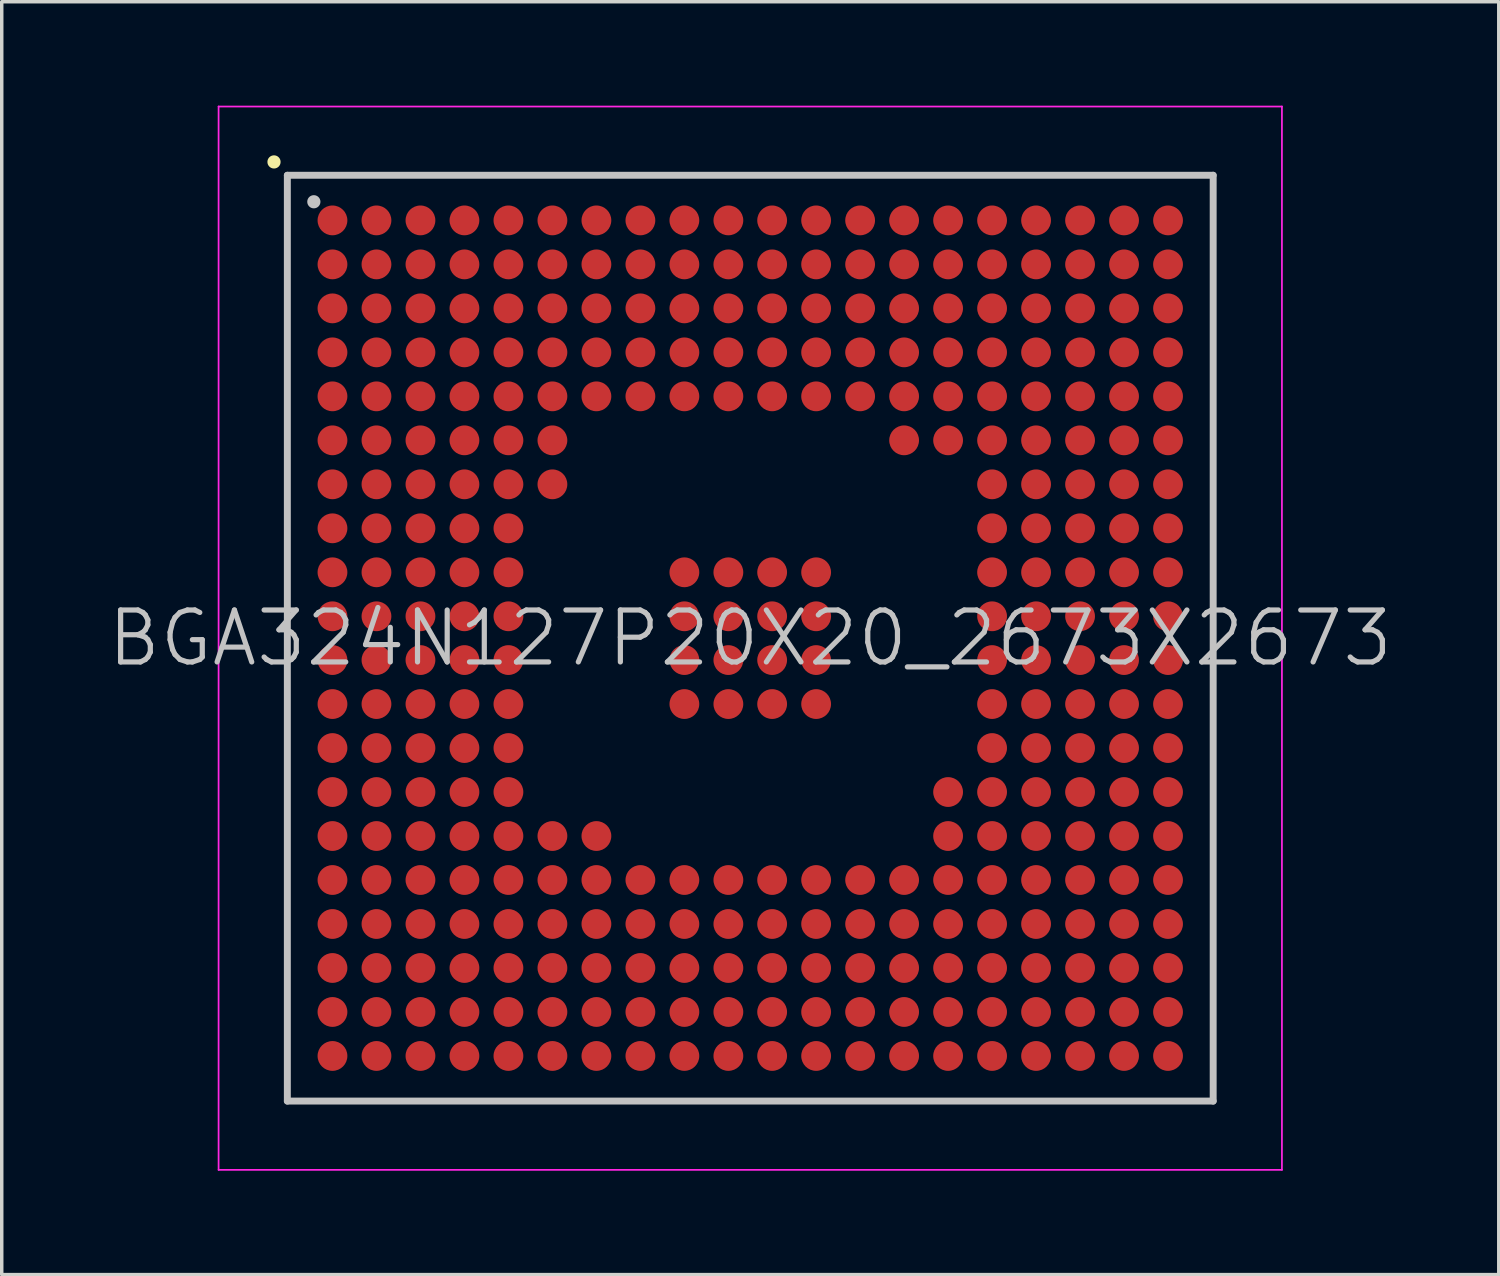
<source format=kicad_pcb>
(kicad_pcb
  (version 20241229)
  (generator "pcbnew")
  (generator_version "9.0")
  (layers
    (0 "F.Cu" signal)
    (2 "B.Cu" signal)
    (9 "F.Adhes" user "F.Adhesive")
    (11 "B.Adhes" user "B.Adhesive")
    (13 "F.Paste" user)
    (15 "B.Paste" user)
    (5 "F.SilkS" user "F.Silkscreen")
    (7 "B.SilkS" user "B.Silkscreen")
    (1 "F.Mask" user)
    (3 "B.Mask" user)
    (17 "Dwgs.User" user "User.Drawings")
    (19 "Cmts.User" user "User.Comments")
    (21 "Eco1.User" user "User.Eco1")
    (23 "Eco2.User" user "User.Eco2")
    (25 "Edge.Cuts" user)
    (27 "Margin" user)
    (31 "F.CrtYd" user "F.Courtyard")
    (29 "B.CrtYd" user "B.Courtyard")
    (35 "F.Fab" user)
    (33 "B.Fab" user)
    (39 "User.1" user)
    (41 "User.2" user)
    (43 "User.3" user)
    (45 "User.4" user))
  (footprint "BGA324N127P20X20_2673X2673"
    (layer "F.Cu")
    (at 18.611 15.375)
    (property "Reference" "BGA324N127P20X20_2673X2673" (at 0 0 0) (layer "Dwgs.User") (effects (font (size 1.5 1.5) (thickness 0.15))))
    (attr smd)
    (fp_line (start -13.75 -13.75) (end -13.75 -13.75) (stroke (width 0.381) (type solid)) (layer "F.SilkS"))
    (fp_line (start -13.365 -13.365) (end -13.365 13.365) (stroke (width 0.2) (type solid)) (layer "Dwgs.User"))
    (fp_line (start -13.365 -13.365) (end 13.365 -13.365) (stroke (width 0.2) (type solid)) (layer "Dwgs.User"))
    (fp_line (start -13.365 13.365) (end 13.365 13.365) (stroke (width 0.2) (type solid)) (layer "Dwgs.User"))
    (fp_line (start -12.6 -12.6) (end -12.6 -12.6) (stroke (width 0.381) (type solid)) (layer "Dwgs.User"))
    (fp_line (start 13.365 -13.365) (end 13.365 13.365) (stroke (width 0.2) (type solid)) (layer "Dwgs.User"))
    (fp_line (start -15.35 -15.35) (end -15.35 15.35) (stroke (width 0.05) (type solid)) (layer "F.CrtYd"))
    (fp_line (start -15.35 -15.35) (end 15.35 -15.35) (stroke (width 0.05) (type solid)) (layer "F.CrtYd"))
    (fp_line (start -15.35 15.35) (end 15.35 15.35) (stroke (width 0.05) (type solid)) (layer "F.CrtYd"))
    (fp_line (start 15.35 -15.35) (end 15.35 15.35) (stroke (width 0.05) (type solid)) (layer "F.CrtYd"))
    (pad "A1" smd circle (at -12.062 -12.062 270) (size 0.86 0.86) (layers "F.Cu" "F.Mask" "F.Paste"))
    (pad "A2" smd circle (at -10.792 -12.062 270) (size 0.86 0.86) (layers "F.Cu" "F.Mask" "F.Paste"))
    (pad "A3" smd circle (at -9.522 -12.062 270) (size 0.86 0.86) (layers "F.Cu" "F.Mask" "F.Paste"))
    (pad "A4" smd circle (at -8.252 -12.062 270) (size 0.86 0.86) (layers "F.Cu" "F.Mask" "F.Paste"))
    (pad "A5" smd circle (at -6.982 -12.062 270) (size 0.86 0.86) (layers "F.Cu" "F.Mask" "F.Paste"))
    (pad "A6" smd circle (at -5.712 -12.062 270) (size 0.86 0.86) (layers "F.Cu" "F.Mask" "F.Paste"))
    (pad "A7" smd circle (at -4.442 -12.062 270) (size 0.86 0.86) (layers "F.Cu" "F.Mask" "F.Paste"))
    (pad "A8" smd circle (at -3.172 -12.062 270) (size 0.86 0.86) (layers "F.Cu" "F.Mask" "F.Paste"))
    (pad "A9" smd circle (at -1.902 -12.062 270) (size 0.86 0.86) (layers "F.Cu" "F.Mask" "F.Paste"))
    (pad "A10" smd circle (at -0.632 -12.062 270) (size 0.86 0.86) (layers "F.Cu" "F.Mask" "F.Paste"))
    (pad "A11" smd circle (at 0.632 -12.062 270) (size 0.86 0.86) (layers "F.Cu" "F.Mask" "F.Paste"))
    (pad "A12" smd circle (at 1.902 -12.062 270) (size 0.86 0.86) (layers "F.Cu" "F.Mask" "F.Paste"))
    (pad "A13" smd circle (at 3.172 -12.062 270) (size 0.86 0.86) (layers "F.Cu" "F.Mask" "F.Paste"))
    (pad "A14" smd circle (at 4.442 -12.062 270) (size 0.86 0.86) (layers "F.Cu" "F.Mask" "F.Paste"))
    (pad "A15" smd circle (at 5.712 -12.062 270) (size 0.86 0.86) (layers "F.Cu" "F.Mask" "F.Paste"))
    (pad "A16" smd circle (at 6.982 -12.062 270) (size 0.86 0.86) (layers "F.Cu" "F.Mask" "F.Paste"))
    (pad "A17" smd circle (at 8.252 -12.062 270) (size 0.86 0.86) (layers "F.Cu" "F.Mask" "F.Paste"))
    (pad "A18" smd circle (at 9.522 -12.062 270) (size 0.86 0.86) (layers "F.Cu" "F.Mask" "F.Paste"))
    (pad "A19" smd circle (at 10.792 -12.062 270) (size 0.86 0.86) (layers "F.Cu" "F.Mask" "F.Paste"))
    (pad "A20" smd circle (at 12.062 -12.062 270) (size 0.86 0.86) (layers "F.Cu" "F.Mask" "F.Paste"))
    (pad "B1" smd circle (at -12.062 -10.792 270) (size 0.86 0.86) (layers "F.Cu" "F.Mask" "F.Paste"))
    (pad "B2" smd circle (at -10.792 -10.792 270) (size 0.86 0.86) (layers "F.Cu" "F.Mask" "F.Paste"))
    (pad "B3" smd circle (at -9.522 -10.792 270) (size 0.86 0.86) (layers "F.Cu" "F.Mask" "F.Paste"))
    (pad "B4" smd circle (at -8.252 -10.792 270) (size 0.86 0.86) (layers "F.Cu" "F.Mask" "F.Paste"))
    (pad "B5" smd circle (at -6.982 -10.792 270) (size 0.86 0.86) (layers "F.Cu" "F.Mask" "F.Paste"))
    (pad "B6" smd circle (at -5.712 -10.792 270) (size 0.86 0.86) (layers "F.Cu" "F.Mask" "F.Paste"))
    (pad "B7" smd circle (at -4.442 -10.792 270) (size 0.86 0.86) (layers "F.Cu" "F.Mask" "F.Paste"))
    (pad "B8" smd circle (at -3.172 -10.792 270) (size 0.86 0.86) (layers "F.Cu" "F.Mask" "F.Paste"))
    (pad "B9" smd circle (at -1.902 -10.792 270) (size 0.86 0.86) (layers "F.Cu" "F.Mask" "F.Paste"))
    (pad "B10" smd circle (at -0.632 -10.792 270) (size 0.86 0.86) (layers "F.Cu" "F.Mask" "F.Paste"))
    (pad "B11" smd circle (at 0.632 -10.792 270) (size 0.86 0.86) (layers "F.Cu" "F.Mask" "F.Paste"))
    (pad "B12" smd circle (at 1.902 -10.792 270) (size 0.86 0.86) (layers "F.Cu" "F.Mask" "F.Paste"))
    (pad "B13" smd circle (at 3.172 -10.792 270) (size 0.86 0.86) (layers "F.Cu" "F.Mask" "F.Paste"))
    (pad "B14" smd circle (at 4.442 -10.792 270) (size 0.86 0.86) (layers "F.Cu" "F.Mask" "F.Paste"))
    (pad "B15" smd circle (at 5.712 -10.792 270) (size 0.86 0.86) (layers "F.Cu" "F.Mask" "F.Paste"))
    (pad "B16" smd circle (at 6.982 -10.792 270) (size 0.86 0.86) (layers "F.Cu" "F.Mask" "F.Paste"))
    (pad "B17" smd circle (at 8.252 -10.792 270) (size 0.86 0.86) (layers "F.Cu" "F.Mask" "F.Paste"))
    (pad "B18" smd circle (at 9.522 -10.792 270) (size 0.86 0.86) (layers "F.Cu" "F.Mask" "F.Paste"))
    (pad "B19" smd circle (at 10.792 -10.792 270) (size 0.86 0.86) (layers "F.Cu" "F.Mask" "F.Paste"))
    (pad "B20" smd circle (at 12.062 -10.792 270) (size 0.86 0.86) (layers "F.Cu" "F.Mask" "F.Paste"))
    (pad "C1" smd circle (at -12.062 -9.522 270) (size 0.86 0.86) (layers "F.Cu" "F.Mask" "F.Paste"))
    (pad "C2" smd circle (at -10.792 -9.522 270) (size 0.86 0.86) (layers "F.Cu" "F.Mask" "F.Paste"))
    (pad "C3" smd circle (at -9.522 -9.522 270) (size 0.86 0.86) (layers "F.Cu" "F.Mask" "F.Paste"))
    (pad "C4" smd circle (at -8.252 -9.522 270) (size 0.86 0.86) (layers "F.Cu" "F.Mask" "F.Paste"))
    (pad "C5" smd circle (at -6.982 -9.522 270) (size 0.86 0.86) (layers "F.Cu" "F.Mask" "F.Paste"))
    (pad "C6" smd circle (at -5.712 -9.522 270) (size 0.86 0.86) (layers "F.Cu" "F.Mask" "F.Paste"))
    (pad "C7" smd circle (at -4.442 -9.522 270) (size 0.86 0.86) (layers "F.Cu" "F.Mask" "F.Paste"))
    (pad "C8" smd circle (at -3.172 -9.522 270) (size 0.86 0.86) (layers "F.Cu" "F.Mask" "F.Paste"))
    (pad "C9" smd circle (at -1.902 -9.522 270) (size 0.86 0.86) (layers "F.Cu" "F.Mask" "F.Paste"))
    (pad "C10" smd circle (at -0.632 -9.522 270) (size 0.86 0.86) (layers "F.Cu" "F.Mask" "F.Paste"))
    (pad "C11" smd circle (at 0.632 -9.522 270) (size 0.86 0.86) (layers "F.Cu" "F.Mask" "F.Paste"))
    (pad "C12" smd circle (at 1.902 -9.522 270) (size 0.86 0.86) (layers "F.Cu" "F.Mask" "F.Paste"))
    (pad "C13" smd circle (at 3.172 -9.522 270) (size 0.86 0.86) (layers "F.Cu" "F.Mask" "F.Paste"))
    (pad "C14" smd circle (at 4.442 -9.522 270) (size 0.86 0.86) (layers "F.Cu" "F.Mask" "F.Paste"))
    (pad "C15" smd circle (at 5.712 -9.522 270) (size 0.86 0.86) (layers "F.Cu" "F.Mask" "F.Paste"))
    (pad "C16" smd circle (at 6.982 -9.522 270) (size 0.86 0.86) (layers "F.Cu" "F.Mask" "F.Paste"))
    (pad "C17" smd circle (at 8.252 -9.522 270) (size 0.86 0.86) (layers "F.Cu" "F.Mask" "F.Paste"))
    (pad "C18" smd circle (at 9.522 -9.522 270) (size 0.86 0.86) (layers "F.Cu" "F.Mask" "F.Paste"))
    (pad "C19" smd circle (at 10.792 -9.522 270) (size 0.86 0.86) (layers "F.Cu" "F.Mask" "F.Paste"))
    (pad "C20" smd circle (at 12.062 -9.522 270) (size 0.86 0.86) (layers "F.Cu" "F.Mask" "F.Paste"))
    (pad "D1" smd circle (at -12.062 -8.252 270) (size 0.86 0.86) (layers "F.Cu" "F.Mask" "F.Paste"))
    (pad "D2" smd circle (at -10.792 -8.252 270) (size 0.86 0.86) (layers "F.Cu" "F.Mask" "F.Paste"))
    (pad "D3" smd circle (at -9.522 -8.252 270) (size 0.86 0.86) (layers "F.Cu" "F.Mask" "F.Paste"))
    (pad "D4" smd circle (at -8.252 -8.252 270) (size 0.86 0.86) (layers "F.Cu" "F.Mask" "F.Paste"))
    (pad "D5" smd circle (at -6.982 -8.252 270) (size 0.86 0.86) (layers "F.Cu" "F.Mask" "F.Paste"))
    (pad "D6" smd circle (at -5.712 -8.252 270) (size 0.86 0.86) (layers "F.Cu" "F.Mask" "F.Paste"))
    (pad "D7" smd circle (at -4.442 -8.252 270) (size 0.86 0.86) (layers "F.Cu" "F.Mask" "F.Paste"))
    (pad "D8" smd circle (at -3.172 -8.252 270) (size 0.86 0.86) (layers "F.Cu" "F.Mask" "F.Paste"))
    (pad "D9" smd circle (at -1.902 -8.252 270) (size 0.86 0.86) (layers "F.Cu" "F.Mask" "F.Paste"))
    (pad "D10" smd circle (at -0.632 -8.252 270) (size 0.86 0.86) (layers "F.Cu" "F.Mask" "F.Paste"))
    (pad "D11" smd circle (at 0.632 -8.252 270) (size 0.86 0.86) (layers "F.Cu" "F.Mask" "F.Paste"))
    (pad "D12" smd circle (at 1.902 -8.252 270) (size 0.86 0.86) (layers "F.Cu" "F.Mask" "F.Paste"))
    (pad "D13" smd circle (at 3.172 -8.252 270) (size 0.86 0.86) (layers "F.Cu" "F.Mask" "F.Paste"))
    (pad "D14" smd circle (at 4.442 -8.252 270) (size 0.86 0.86) (layers "F.Cu" "F.Mask" "F.Paste"))
    (pad "D15" smd circle (at 5.712 -8.252 270) (size 0.86 0.86) (layers "F.Cu" "F.Mask" "F.Paste"))
    (pad "D16" smd circle (at 6.982 -8.252 270) (size 0.86 0.86) (layers "F.Cu" "F.Mask" "F.Paste"))
    (pad "D17" smd circle (at 8.252 -8.252 270) (size 0.86 0.86) (layers "F.Cu" "F.Mask" "F.Paste"))
    (pad "D18" smd circle (at 9.522 -8.252 270) (size 0.86 0.86) (layers "F.Cu" "F.Mask" "F.Paste"))
    (pad "D19" smd circle (at 10.792 -8.252 270) (size 0.86 0.86) (layers "F.Cu" "F.Mask" "F.Paste"))
    (pad "D20" smd circle (at 12.062 -8.252 270) (size 0.86 0.86) (layers "F.Cu" "F.Mask" "F.Paste"))
    (pad "E1" smd circle (at -12.062 -6.982 270) (size 0.86 0.86) (layers "F.Cu" "F.Mask" "F.Paste"))
    (pad "E2" smd circle (at -10.792 -6.982 270) (size 0.86 0.86) (layers "F.Cu" "F.Mask" "F.Paste"))
    (pad "E3" smd circle (at -9.522 -6.982 270) (size 0.86 0.86) (layers "F.Cu" "F.Mask" "F.Paste"))
    (pad "E4" smd circle (at -8.252 -6.982 270) (size 0.86 0.86) (layers "F.Cu" "F.Mask" "F.Paste"))
    (pad "E5" smd circle (at -6.982 -6.982 270) (size 0.86 0.86) (layers "F.Cu" "F.Mask" "F.Paste"))
    (pad "E6" smd circle (at -5.712 -6.982 270) (size 0.86 0.86) (layers "F.Cu" "F.Mask" "F.Paste"))
    (pad "E7" smd circle (at -4.442 -6.982 270) (size 0.86 0.86) (layers "F.Cu" "F.Mask" "F.Paste"))
    (pad "E8" smd circle (at -3.172 -6.982 270) (size 0.86 0.86) (layers "F.Cu" "F.Mask" "F.Paste"))
    (pad "E9" smd circle (at -1.902 -6.982 270) (size 0.86 0.86) (layers "F.Cu" "F.Mask" "F.Paste"))
    (pad "E10" smd circle (at -0.632 -6.982 270) (size 0.86 0.86) (layers "F.Cu" "F.Mask" "F.Paste"))
    (pad "E11" smd circle (at 0.632 -6.982 270) (size 0.86 0.86) (layers "F.Cu" "F.Mask" "F.Paste"))
    (pad "E12" smd circle (at 1.902 -6.982 270) (size 0.86 0.86) (layers "F.Cu" "F.Mask" "F.Paste"))
    (pad "E13" smd circle (at 3.172 -6.982 270) (size 0.86 0.86) (layers "F.Cu" "F.Mask" "F.Paste"))
    (pad "E14" smd circle (at 4.442 -6.982 270) (size 0.86 0.86) (layers "F.Cu" "F.Mask" "F.Paste"))
    (pad "E15" smd circle (at 5.712 -6.982 270) (size 0.86 0.86) (layers "F.Cu" "F.Mask" "F.Paste"))
    (pad "E16" smd circle (at 6.982 -6.982 270) (size 0.86 0.86) (layers "F.Cu" "F.Mask" "F.Paste"))
    (pad "E17" smd circle (at 8.252 -6.982 270) (size 0.86 0.86) (layers "F.Cu" "F.Mask" "F.Paste"))
    (pad "E18" smd circle (at 9.522 -6.982 270) (size 0.86 0.86) (layers "F.Cu" "F.Mask" "F.Paste"))
    (pad "E19" smd circle (at 10.792 -6.982 270) (size 0.86 0.86) (layers "F.Cu" "F.Mask" "F.Paste"))
    (pad "E20" smd circle (at 12.062 -6.982 270) (size 0.86 0.86) (layers "F.Cu" "F.Mask" "F.Paste"))
    (pad "F1" smd circle (at -12.062 -5.712 270) (size 0.86 0.86) (layers "F.Cu" "F.Mask" "F.Paste"))
    (pad "F2" smd circle (at -10.792 -5.712 270) (size 0.86 0.86) (layers "F.Cu" "F.Mask" "F.Paste"))
    (pad "F3" smd circle (at -9.522 -5.712 270) (size 0.86 0.86) (layers "F.Cu" "F.Mask" "F.Paste"))
    (pad "F4" smd circle (at -8.252 -5.712 270) (size 0.86 0.86) (layers "F.Cu" "F.Mask" "F.Paste"))
    (pad "F5" smd circle (at -6.982 -5.712 270) (size 0.86 0.86) (layers "F.Cu" "F.Mask" "F.Paste"))
    (pad "F6" smd circle (at -5.712 -5.712 270) (size 0.86 0.86) (layers "F.Cu" "F.Mask" "F.Paste"))
    (pad "F14" smd circle (at 4.442 -5.712 270) (size 0.86 0.86) (layers "F.Cu" "F.Mask" "F.Paste"))
    (pad "F15" smd circle (at 5.712 -5.712 270) (size 0.86 0.86) (layers "F.Cu" "F.Mask" "F.Paste"))
    (pad "F16" smd circle (at 6.982 -5.712 270) (size 0.86 0.86) (layers "F.Cu" "F.Mask" "F.Paste"))
    (pad "F17" smd circle (at 8.252 -5.712 270) (size 0.86 0.86) (layers "F.Cu" "F.Mask" "F.Paste"))
    (pad "F18" smd circle (at 9.522 -5.712 270) (size 0.86 0.86) (layers "F.Cu" "F.Mask" "F.Paste"))
    (pad "F19" smd circle (at 10.792 -5.712 270) (size 0.86 0.86) (layers "F.Cu" "F.Mask" "F.Paste"))
    (pad "F20" smd circle (at 12.062 -5.712 270) (size 0.86 0.86) (layers "F.Cu" "F.Mask" "F.Paste"))
    (pad "G1" smd circle (at -12.062 -4.442 270) (size 0.86 0.86) (layers "F.Cu" "F.Mask" "F.Paste"))
    (pad "G2" smd circle (at -10.792 -4.442 270) (size 0.86 0.86) (layers "F.Cu" "F.Mask" "F.Paste"))
    (pad "G3" smd circle (at -9.522 -4.442 270) (size 0.86 0.86) (layers "F.Cu" "F.Mask" "F.Paste"))
    (pad "G4" smd circle (at -8.252 -4.442 270) (size 0.86 0.86) (layers "F.Cu" "F.Mask" "F.Paste"))
    (pad "G5" smd circle (at -6.982 -4.442 270) (size 0.86 0.86) (layers "F.Cu" "F.Mask" "F.Paste"))
    (pad "G6" smd circle (at -5.712 -4.442 270) (size 0.86 0.86) (layers "F.Cu" "F.Mask" "F.Paste"))
    (pad "G16" smd circle (at 6.982 -4.442 270) (size 0.86 0.86) (layers "F.Cu" "F.Mask" "F.Paste"))
    (pad "G17" smd circle (at 8.252 -4.442 270) (size 0.86 0.86) (layers "F.Cu" "F.Mask" "F.Paste"))
    (pad "G18" smd circle (at 9.522 -4.442 270) (size 0.86 0.86) (layers "F.Cu" "F.Mask" "F.Paste"))
    (pad "G19" smd circle (at 10.792 -4.442 270) (size 0.86 0.86) (layers "F.Cu" "F.Mask" "F.Paste"))
    (pad "G20" smd circle (at 12.062 -4.442 270) (size 0.86 0.86) (layers "F.Cu" "F.Mask" "F.Paste"))
    (pad "H1" smd circle (at -12.062 -3.172 270) (size 0.86 0.86) (layers "F.Cu" "F.Mask" "F.Paste"))
    (pad "H2" smd circle (at -10.792 -3.172 270) (size 0.86 0.86) (layers "F.Cu" "F.Mask" "F.Paste"))
    (pad "H3" smd circle (at -9.522 -3.172 270) (size 0.86 0.86) (layers "F.Cu" "F.Mask" "F.Paste"))
    (pad "H4" smd circle (at -8.252 -3.172 270) (size 0.86 0.86) (layers "F.Cu" "F.Mask" "F.Paste"))
    (pad "H5" smd circle (at -6.982 -3.172 270) (size 0.86 0.86) (layers "F.Cu" "F.Mask" "F.Paste"))
    (pad "H16" smd circle (at 6.982 -3.172 270) (size 0.86 0.86) (layers "F.Cu" "F.Mask" "F.Paste"))
    (pad "H17" smd circle (at 8.252 -3.172 270) (size 0.86 0.86) (layers "F.Cu" "F.Mask" "F.Paste"))
    (pad "H18" smd circle (at 9.522 -3.172 270) (size 0.86 0.86) (layers "F.Cu" "F.Mask" "F.Paste"))
    (pad "H19" smd circle (at 10.792 -3.172 270) (size 0.86 0.86) (layers "F.Cu" "F.Mask" "F.Paste"))
    (pad "H20" smd circle (at 12.062 -3.172 270) (size 0.86 0.86) (layers "F.Cu" "F.Mask" "F.Paste"))
    (pad "J1" smd circle (at -12.062 -1.902 270) (size 0.86 0.86) (layers "F.Cu" "F.Mask" "F.Paste"))
    (pad "J2" smd circle (at -10.792 -1.902 270) (size 0.86 0.86) (layers "F.Cu" "F.Mask" "F.Paste"))
    (pad "J3" smd circle (at -9.522 -1.902 270) (size 0.86 0.86) (layers "F.Cu" "F.Mask" "F.Paste"))
    (pad "J4" smd circle (at -8.252 -1.902 270) (size 0.86 0.86) (layers "F.Cu" "F.Mask" "F.Paste"))
    (pad "J5" smd circle (at -6.982 -1.902 270) (size 0.86 0.86) (layers "F.Cu" "F.Mask" "F.Paste"))
    (pad "J9" smd circle (at -1.902 -1.902 270) (size 0.86 0.86) (layers "F.Cu" "F.Mask" "F.Paste"))
    (pad "J10" smd circle (at -0.632 -1.902 270) (size 0.86 0.86) (layers "F.Cu" "F.Mask" "F.Paste"))
    (pad "J11" smd circle (at 0.632 -1.902 270) (size 0.86 0.86) (layers "F.Cu" "F.Mask" "F.Paste"))
    (pad "J12" smd circle (at 1.902 -1.902 270) (size 0.86 0.86) (layers "F.Cu" "F.Mask" "F.Paste"))
    (pad "J16" smd circle (at 6.982 -1.902 270) (size 0.86 0.86) (layers "F.Cu" "F.Mask" "F.Paste"))
    (pad "J17" smd circle (at 8.252 -1.902 270) (size 0.86 0.86) (layers "F.Cu" "F.Mask" "F.Paste"))
    (pad "J18" smd circle (at 9.522 -1.902 270) (size 0.86 0.86) (layers "F.Cu" "F.Mask" "F.Paste"))
    (pad "J19" smd circle (at 10.792 -1.902 270) (size 0.86 0.86) (layers "F.Cu" "F.Mask" "F.Paste"))
    (pad "J20" smd circle (at 12.062 -1.902 270) (size 0.86 0.86) (layers "F.Cu" "F.Mask" "F.Paste"))
    (pad "K1" smd circle (at -12.062 -0.632 270) (size 0.86 0.86) (layers "F.Cu" "F.Mask" "F.Paste"))
    (pad "K2" smd circle (at -10.792 -0.632 270) (size 0.86 0.86) (layers "F.Cu" "F.Mask" "F.Paste"))
    (pad "K3" smd circle (at -9.522 -0.632 270) (size 0.86 0.86) (layers "F.Cu" "F.Mask" "F.Paste"))
    (pad "K4" smd circle (at -8.252 -0.632 270) (size 0.86 0.86) (layers "F.Cu" "F.Mask" "F.Paste"))
    (pad "K5" smd circle (at -6.982 -0.632 270) (size 0.86 0.86) (layers "F.Cu" "F.Mask" "F.Paste"))
    (pad "K9" smd circle (at -1.902 -0.632 270) (size 0.86 0.86) (layers "F.Cu" "F.Mask" "F.Paste"))
    (pad "K10" smd circle (at -0.632 -0.632 270) (size 0.86 0.86) (layers "F.Cu" "F.Mask" "F.Paste"))
    (pad "K11" smd circle (at 0.632 -0.632 270) (size 0.86 0.86) (layers "F.Cu" "F.Mask" "F.Paste"))
    (pad "K12" smd circle (at 1.902 -0.632 270) (size 0.86 0.86) (layers "F.Cu" "F.Mask" "F.Paste"))
    (pad "K16" smd circle (at 6.982 -0.632 270) (size 0.86 0.86) (layers "F.Cu" "F.Mask" "F.Paste"))
    (pad "K17" smd circle (at 8.252 -0.632 270) (size 0.86 0.86) (layers "F.Cu" "F.Mask" "F.Paste"))
    (pad "K18" smd circle (at 9.522 -0.632 270) (size 0.86 0.86) (layers "F.Cu" "F.Mask" "F.Paste"))
    (pad "K19" smd circle (at 10.792 -0.632 270) (size 0.86 0.86) (layers "F.Cu" "F.Mask" "F.Paste"))
    (pad "K20" smd circle (at 12.062 -0.632 270) (size 0.86 0.86) (layers "F.Cu" "F.Mask" "F.Paste"))
    (pad "L1" smd circle (at -12.062 0.632 270) (size 0.86 0.86) (layers "F.Cu" "F.Mask" "F.Paste"))
    (pad "L2" smd circle (at -10.792 0.632 270) (size 0.86 0.86) (layers "F.Cu" "F.Mask" "F.Paste"))
    (pad "L3" smd circle (at -9.522 0.632 270) (size 0.86 0.86) (layers "F.Cu" "F.Mask" "F.Paste"))
    (pad "L4" smd circle (at -8.252 0.632 270) (size 0.86 0.86) (layers "F.Cu" "F.Mask" "F.Paste"))
    (pad "L5" smd circle (at -6.982 0.632 270) (size 0.86 0.86) (layers "F.Cu" "F.Mask" "F.Paste"))
    (pad "L9" smd circle (at -1.902 0.632 270) (size 0.86 0.86) (layers "F.Cu" "F.Mask" "F.Paste"))
    (pad "L10" smd circle (at -0.632 0.632 270) (size 0.86 0.86) (layers "F.Cu" "F.Mask" "F.Paste"))
    (pad "L11" smd circle (at 0.632 0.632 270) (size 0.86 0.86) (layers "F.Cu" "F.Mask" "F.Paste"))
    (pad "L12" smd circle (at 1.902 0.632 270) (size 0.86 0.86) (layers "F.Cu" "F.Mask" "F.Paste"))
    (pad "L16" smd circle (at 6.982 0.632 270) (size 0.86 0.86) (layers "F.Cu" "F.Mask" "F.Paste"))
    (pad "L17" smd circle (at 8.252 0.632 270) (size 0.86 0.86) (layers "F.Cu" "F.Mask" "F.Paste"))
    (pad "L18" smd circle (at 9.522 0.632 270) (size 0.86 0.86) (layers "F.Cu" "F.Mask" "F.Paste"))
    (pad "L19" smd circle (at 10.792 0.632 270) (size 0.86 0.86) (layers "F.Cu" "F.Mask" "F.Paste"))
    (pad "L20" smd circle (at 12.062 0.632 270) (size 0.86 0.86) (layers "F.Cu" "F.Mask" "F.Paste"))
    (pad "M1" smd circle (at -12.062 1.902 270) (size 0.86 0.86) (layers "F.Cu" "F.Mask" "F.Paste"))
    (pad "M2" smd circle (at -10.792 1.902 270) (size 0.86 0.86) (layers "F.Cu" "F.Mask" "F.Paste"))
    (pad "M3" smd circle (at -9.522 1.902 270) (size 0.86 0.86) (layers "F.Cu" "F.Mask" "F.Paste"))
    (pad "M4" smd circle (at -8.252 1.902 270) (size 0.86 0.86) (layers "F.Cu" "F.Mask" "F.Paste"))
    (pad "M5" smd circle (at -6.982 1.902 270) (size 0.86 0.86) (layers "F.Cu" "F.Mask" "F.Paste"))
    (pad "M9" smd circle (at -1.902 1.902 270) (size 0.86 0.86) (layers "F.Cu" "F.Mask" "F.Paste"))
    (pad "M10" smd circle (at -0.632 1.902 270) (size 0.86 0.86) (layers "F.Cu" "F.Mask" "F.Paste"))
    (pad "M11" smd circle (at 0.632 1.902 270) (size 0.86 0.86) (layers "F.Cu" "F.Mask" "F.Paste"))
    (pad "M12" smd circle (at 1.902 1.902 270) (size 0.86 0.86) (layers "F.Cu" "F.Mask" "F.Paste"))
    (pad "M16" smd circle (at 6.982 1.902 270) (size 0.86 0.86) (layers "F.Cu" "F.Mask" "F.Paste"))
    (pad "M17" smd circle (at 8.252 1.902 270) (size 0.86 0.86) (layers "F.Cu" "F.Mask" "F.Paste"))
    (pad "M18" smd circle (at 9.522 1.902 270) (size 0.86 0.86) (layers "F.Cu" "F.Mask" "F.Paste"))
    (pad "M19" smd circle (at 10.792 1.902 270) (size 0.86 0.86) (layers "F.Cu" "F.Mask" "F.Paste"))
    (pad "M20" smd circle (at 12.062 1.902 270) (size 0.86 0.86) (layers "F.Cu" "F.Mask" "F.Paste"))
    (pad "N1" smd circle (at -12.062 3.172 270) (size 0.86 0.86) (layers "F.Cu" "F.Mask" "F.Paste"))
    (pad "N2" smd circle (at -10.792 3.172 270) (size 0.86 0.86) (layers "F.Cu" "F.Mask" "F.Paste"))
    (pad "N3" smd circle (at -9.522 3.172 270) (size 0.86 0.86) (layers "F.Cu" "F.Mask" "F.Paste"))
    (pad "N4" smd circle (at -8.252 3.172 270) (size 0.86 0.86) (layers "F.Cu" "F.Mask" "F.Paste"))
    (pad "N5" smd circle (at -6.982 3.172 270) (size 0.86 0.86) (layers "F.Cu" "F.Mask" "F.Paste"))
    (pad "N16" smd circle (at 6.982 3.172 270) (size 0.86 0.86) (layers "F.Cu" "F.Mask" "F.Paste"))
    (pad "N17" smd circle (at 8.252 3.172 270) (size 0.86 0.86) (layers "F.Cu" "F.Mask" "F.Paste"))
    (pad "N18" smd circle (at 9.522 3.172 270) (size 0.86 0.86) (layers "F.Cu" "F.Mask" "F.Paste"))
    (pad "N19" smd circle (at 10.792 3.172 270) (size 0.86 0.86) (layers "F.Cu" "F.Mask" "F.Paste"))
    (pad "N20" smd circle (at 12.062 3.172 270) (size 0.86 0.86) (layers "F.Cu" "F.Mask" "F.Paste"))
    (pad "P1" smd circle (at -12.062 4.442 270) (size 0.86 0.86) (layers "F.Cu" "F.Mask" "F.Paste"))
    (pad "P2" smd circle (at -10.792 4.442 270) (size 0.86 0.86) (layers "F.Cu" "F.Mask" "F.Paste"))
    (pad "P3" smd circle (at -9.522 4.442 270) (size 0.86 0.86) (layers "F.Cu" "F.Mask" "F.Paste"))
    (pad "P4" smd circle (at -8.252 4.442 270) (size 0.86 0.86) (layers "F.Cu" "F.Mask" "F.Paste"))
    (pad "P5" smd circle (at -6.982 4.442 270) (size 0.86 0.86) (layers "F.Cu" "F.Mask" "F.Paste"))
    (pad "P15" smd circle (at 5.712 4.442 270) (size 0.86 0.86) (layers "F.Cu" "F.Mask" "F.Paste"))
    (pad "P16" smd circle (at 6.982 4.442 270) (size 0.86 0.86) (layers "F.Cu" "F.Mask" "F.Paste"))
    (pad "P17" smd circle (at 8.252 4.442 270) (size 0.86 0.86) (layers "F.Cu" "F.Mask" "F.Paste"))
    (pad "P18" smd circle (at 9.522 4.442 270) (size 0.86 0.86) (layers "F.Cu" "F.Mask" "F.Paste"))
    (pad "P19" smd circle (at 10.792 4.442 270) (size 0.86 0.86) (layers "F.Cu" "F.Mask" "F.Paste"))
    (pad "P20" smd circle (at 12.062 4.442 270) (size 0.86 0.86) (layers "F.Cu" "F.Mask" "F.Paste"))
    (pad "R1" smd circle (at -12.062 5.712 270) (size 0.86 0.86) (layers "F.Cu" "F.Mask" "F.Paste"))
    (pad "R2" smd circle (at -10.792 5.712 270) (size 0.86 0.86) (layers "F.Cu" "F.Mask" "F.Paste"))
    (pad "R3" smd circle (at -9.522 5.712 270) (size 0.86 0.86) (layers "F.Cu" "F.Mask" "F.Paste"))
    (pad "R4" smd circle (at -8.252 5.712 270) (size 0.86 0.86) (layers "F.Cu" "F.Mask" "F.Paste"))
    (pad "R5" smd circle (at -6.982 5.712 270) (size 0.86 0.86) (layers "F.Cu" "F.Mask" "F.Paste"))
    (pad "R6" smd circle (at -5.712 5.712 270) (size 0.86 0.86) (layers "F.Cu" "F.Mask" "F.Paste"))
    (pad "R7" smd circle (at -4.442 5.712 270) (size 0.86 0.86) (layers "F.Cu" "F.Mask" "F.Paste"))
    (pad "R15" smd circle (at 5.712 5.712 270) (size 0.86 0.86) (layers "F.Cu" "F.Mask" "F.Paste"))
    (pad "R16" smd circle (at 6.982 5.712 270) (size 0.86 0.86) (layers "F.Cu" "F.Mask" "F.Paste"))
    (pad "R17" smd circle (at 8.252 5.712 270) (size 0.86 0.86) (layers "F.Cu" "F.Mask" "F.Paste"))
    (pad "R18" smd circle (at 9.522 5.712 270) (size 0.86 0.86) (layers "F.Cu" "F.Mask" "F.Paste"))
    (pad "R19" smd circle (at 10.792 5.712 270) (size 0.86 0.86) (layers "F.Cu" "F.Mask" "F.Paste"))
    (pad "R20" smd circle (at 12.062 5.712 270) (size 0.86 0.86) (layers "F.Cu" "F.Mask" "F.Paste"))
    (pad "T1" smd circle (at -12.062 6.982 270) (size 0.86 0.86) (layers "F.Cu" "F.Mask" "F.Paste"))
    (pad "T2" smd circle (at -10.792 6.982 270) (size 0.86 0.86) (layers "F.Cu" "F.Mask" "F.Paste"))
    (pad "T3" smd circle (at -9.522 6.982 270) (size 0.86 0.86) (layers "F.Cu" "F.Mask" "F.Paste"))
    (pad "T4" smd circle (at -8.252 6.982 270) (size 0.86 0.86) (layers "F.Cu" "F.Mask" "F.Paste"))
    (pad "T5" smd circle (at -6.982 6.982 270) (size 0.86 0.86) (layers "F.Cu" "F.Mask" "F.Paste"))
    (pad "T6" smd circle (at -5.712 6.982 270) (size 0.86 0.86) (layers "F.Cu" "F.Mask" "F.Paste"))
    (pad "T7" smd circle (at -4.442 6.982 270) (size 0.86 0.86) (layers "F.Cu" "F.Mask" "F.Paste"))
    (pad "T8" smd circle (at -3.172 6.982 270) (size 0.86 0.86) (layers "F.Cu" "F.Mask" "F.Paste"))
    (pad "T9" smd circle (at -1.902 6.982 270) (size 0.86 0.86) (layers "F.Cu" "F.Mask" "F.Paste"))
    (pad "T10" smd circle (at -0.632 6.982 270) (size 0.86 0.86) (layers "F.Cu" "F.Mask" "F.Paste"))
    (pad "T11" smd circle (at 0.632 6.982 270) (size 0.86 0.86) (layers "F.Cu" "F.Mask" "F.Paste"))
    (pad "T12" smd circle (at 1.902 6.982 270) (size 0.86 0.86) (layers "F.Cu" "F.Mask" "F.Paste"))
    (pad "T13" smd circle (at 3.172 6.982 270) (size 0.86 0.86) (layers "F.Cu" "F.Mask" "F.Paste"))
    (pad "T14" smd circle (at 4.442 6.982 270) (size 0.86 0.86) (layers "F.Cu" "F.Mask" "F.Paste"))
    (pad "T15" smd circle (at 5.712 6.982 270) (size 0.86 0.86) (layers "F.Cu" "F.Mask" "F.Paste"))
    (pad "T16" smd circle (at 6.982 6.982 270) (size 0.86 0.86) (layers "F.Cu" "F.Mask" "F.Paste"))
    (pad "T17" smd circle (at 8.252 6.982 270) (size 0.86 0.86) (layers "F.Cu" "F.Mask" "F.Paste"))
    (pad "T18" smd circle (at 9.522 6.982 270) (size 0.86 0.86) (layers "F.Cu" "F.Mask" "F.Paste"))
    (pad "T19" smd circle (at 10.792 6.982 270) (size 0.86 0.86) (layers "F.Cu" "F.Mask" "F.Paste"))
    (pad "T20" smd circle (at 12.062 6.982 270) (size 0.86 0.86) (layers "F.Cu" "F.Mask" "F.Paste"))
    (pad "U1" smd circle (at -12.062 8.252 270) (size 0.86 0.86) (layers "F.Cu" "F.Mask" "F.Paste"))
    (pad "U2" smd circle (at -10.792 8.252 270) (size 0.86 0.86) (layers "F.Cu" "F.Mask" "F.Paste"))
    (pad "U3" smd circle (at -9.522 8.252 270) (size 0.86 0.86) (layers "F.Cu" "F.Mask" "F.Paste"))
    (pad "U4" smd circle (at -8.252 8.252 270) (size 0.86 0.86) (layers "F.Cu" "F.Mask" "F.Paste"))
    (pad "U5" smd circle (at -6.982 8.252 270) (size 0.86 0.86) (layers "F.Cu" "F.Mask" "F.Paste"))
    (pad "U6" smd circle (at -5.712 8.252 270) (size 0.86 0.86) (layers "F.Cu" "F.Mask" "F.Paste"))
    (pad "U7" smd circle (at -4.442 8.252 270) (size 0.86 0.86) (layers "F.Cu" "F.Mask" "F.Paste"))
    (pad "U8" smd circle (at -3.172 8.252 270) (size 0.86 0.86) (layers "F.Cu" "F.Mask" "F.Paste"))
    (pad "U9" smd circle (at -1.902 8.252 270) (size 0.86 0.86) (layers "F.Cu" "F.Mask" "F.Paste"))
    (pad "U10" smd circle (at -0.632 8.252 270) (size 0.86 0.86) (layers "F.Cu" "F.Mask" "F.Paste"))
    (pad "U11" smd circle (at 0.632 8.252 270) (size 0.86 0.86) (layers "F.Cu" "F.Mask" "F.Paste"))
    (pad "U12" smd circle (at 1.902 8.252 270) (size 0.86 0.86) (layers "F.Cu" "F.Mask" "F.Paste"))
    (pad "U13" smd circle (at 3.172 8.252 270) (size 0.86 0.86) (layers "F.Cu" "F.Mask" "F.Paste"))
    (pad "U14" smd circle (at 4.442 8.252 270) (size 0.86 0.86) (layers "F.Cu" "F.Mask" "F.Paste"))
    (pad "U15" smd circle (at 5.712 8.252 270) (size 0.86 0.86) (layers "F.Cu" "F.Mask" "F.Paste"))
    (pad "U16" smd circle (at 6.982 8.252 270) (size 0.86 0.86) (layers "F.Cu" "F.Mask" "F.Paste"))
    (pad "U17" smd circle (at 8.252 8.252 270) (size 0.86 0.86) (layers "F.Cu" "F.Mask" "F.Paste"))
    (pad "U18" smd circle (at 9.522 8.252 270) (size 0.86 0.86) (layers "F.Cu" "F.Mask" "F.Paste"))
    (pad "U19" smd circle (at 10.792 8.252 270) (size 0.86 0.86) (layers "F.Cu" "F.Mask" "F.Paste"))
    (pad "U20" smd circle (at 12.062 8.252 270) (size 0.86 0.86) (layers "F.Cu" "F.Mask" "F.Paste"))
    (pad "V1" smd circle (at -12.062 9.522 270) (size 0.86 0.86) (layers "F.Cu" "F.Mask" "F.Paste"))
    (pad "V2" smd circle (at -10.792 9.522 270) (size 0.86 0.86) (layers "F.Cu" "F.Mask" "F.Paste"))
    (pad "V3" smd circle (at -9.522 9.522 270) (size 0.86 0.86) (layers "F.Cu" "F.Mask" "F.Paste"))
    (pad "V4" smd circle (at -8.252 9.522 270) (size 0.86 0.86) (layers "F.Cu" "F.Mask" "F.Paste"))
    (pad "V5" smd circle (at -6.982 9.522 270) (size 0.86 0.86) (layers "F.Cu" "F.Mask" "F.Paste"))
    (pad "V6" smd circle (at -5.712 9.522 270) (size 0.86 0.86) (layers "F.Cu" "F.Mask" "F.Paste"))
    (pad "V7" smd circle (at -4.442 9.522 270) (size 0.86 0.86) (layers "F.Cu" "F.Mask" "F.Paste"))
    (pad "V8" smd circle (at -3.172 9.522 270) (size 0.86 0.86) (layers "F.Cu" "F.Mask" "F.Paste"))
    (pad "V9" smd circle (at -1.902 9.522 270) (size 0.86 0.86) (layers "F.Cu" "F.Mask" "F.Paste"))
    (pad "V10" smd circle (at -0.632 9.522 270) (size 0.86 0.86) (layers "F.Cu" "F.Mask" "F.Paste"))
    (pad "V11" smd circle (at 0.632 9.522 270) (size 0.86 0.86) (layers "F.Cu" "F.Mask" "F.Paste"))
    (pad "V12" smd circle (at 1.902 9.522 270) (size 0.86 0.86) (layers "F.Cu" "F.Mask" "F.Paste"))
    (pad "V13" smd circle (at 3.172 9.522 270) (size 0.86 0.86) (layers "F.Cu" "F.Mask" "F.Paste"))
    (pad "V14" smd circle (at 4.442 9.522 270) (size 0.86 0.86) (layers "F.Cu" "F.Mask" "F.Paste"))
    (pad "V15" smd circle (at 5.712 9.522 270) (size 0.86 0.86) (layers "F.Cu" "F.Mask" "F.Paste"))
    (pad "V16" smd circle (at 6.982 9.522 270) (size 0.86 0.86) (layers "F.Cu" "F.Mask" "F.Paste"))
    (pad "V17" smd circle (at 8.252 9.522 270) (size 0.86 0.86) (layers "F.Cu" "F.Mask" "F.Paste"))
    (pad "V18" smd circle (at 9.522 9.522 270) (size 0.86 0.86) (layers "F.Cu" "F.Mask" "F.Paste"))
    (pad "V19" smd circle (at 10.792 9.522 270) (size 0.86 0.86) (layers "F.Cu" "F.Mask" "F.Paste"))
    (pad "V20" smd circle (at 12.062 9.522 270) (size 0.86 0.86) (layers "F.Cu" "F.Mask" "F.Paste"))
    (pad "W1" smd circle (at -12.062 10.792 270) (size 0.86 0.86) (layers "F.Cu" "F.Mask" "F.Paste"))
    (pad "W2" smd circle (at -10.792 10.792 270) (size 0.86 0.86) (layers "F.Cu" "F.Mask" "F.Paste"))
    (pad "W3" smd circle (at -9.522 10.792 270) (size 0.86 0.86) (layers "F.Cu" "F.Mask" "F.Paste"))
    (pad "W4" smd circle (at -8.252 10.792 270) (size 0.86 0.86) (layers "F.Cu" "F.Mask" "F.Paste"))
    (pad "W5" smd circle (at -6.982 10.792 270) (size 0.86 0.86) (layers "F.Cu" "F.Mask" "F.Paste"))
    (pad "W6" smd circle (at -5.712 10.792 270) (size 0.86 0.86) (layers "F.Cu" "F.Mask" "F.Paste"))
    (pad "W7" smd circle (at -4.442 10.792 270) (size 0.86 0.86) (layers "F.Cu" "F.Mask" "F.Paste"))
    (pad "W8" smd circle (at -3.172 10.792 270) (size 0.86 0.86) (layers "F.Cu" "F.Mask" "F.Paste"))
    (pad "W9" smd circle (at -1.902 10.792 270) (size 0.86 0.86) (layers "F.Cu" "F.Mask" "F.Paste"))
    (pad "W10" smd circle (at -0.632 10.792 270) (size 0.86 0.86) (layers "F.Cu" "F.Mask" "F.Paste"))
    (pad "W11" smd circle (at 0.632 10.792 270) (size 0.86 0.86) (layers "F.Cu" "F.Mask" "F.Paste"))
    (pad "W12" smd circle (at 1.902 10.792 270) (size 0.86 0.86) (layers "F.Cu" "F.Mask" "F.Paste"))
    (pad "W13" smd circle (at 3.172 10.792 270) (size 0.86 0.86) (layers "F.Cu" "F.Mask" "F.Paste"))
    (pad "W14" smd circle (at 4.442 10.792 270) (size 0.86 0.86) (layers "F.Cu" "F.Mask" "F.Paste"))
    (pad "W15" smd circle (at 5.712 10.792 270) (size 0.86 0.86) (layers "F.Cu" "F.Mask" "F.Paste"))
    (pad "W16" smd circle (at 6.982 10.792 270) (size 0.86 0.86) (layers "F.Cu" "F.Mask" "F.Paste"))
    (pad "W17" smd circle (at 8.252 10.792 270) (size 0.86 0.86) (layers "F.Cu" "F.Mask" "F.Paste"))
    (pad "W18" smd circle (at 9.522 10.792 270) (size 0.86 0.86) (layers "F.Cu" "F.Mask" "F.Paste"))
    (pad "W19" smd circle (at 10.792 10.792 270) (size 0.86 0.86) (layers "F.Cu" "F.Mask" "F.Paste"))
    (pad "W20" smd circle (at 12.062 10.792 270) (size 0.86 0.86) (layers "F.Cu" "F.Mask" "F.Paste"))
    (pad "Y1" smd circle (at -12.062 12.062 270) (size 0.86 0.86) (layers "F.Cu" "F.Mask" "F.Paste"))
    (pad "Y2" smd circle (at -10.792 12.062 270) (size 0.86 0.86) (layers "F.Cu" "F.Mask" "F.Paste"))
    (pad "Y3" smd circle (at -9.522 12.062 270) (size 0.86 0.86) (layers "F.Cu" "F.Mask" "F.Paste"))
    (pad "Y4" smd circle (at -8.252 12.062 270) (size 0.86 0.86) (layers "F.Cu" "F.Mask" "F.Paste"))
    (pad "Y5" smd circle (at -6.982 12.062 270) (size 0.86 0.86) (layers "F.Cu" "F.Mask" "F.Paste"))
    (pad "Y6" smd circle (at -5.712 12.062 270) (size 0.86 0.86) (layers "F.Cu" "F.Mask" "F.Paste"))
    (pad "Y7" smd circle (at -4.442 12.062 270) (size 0.86 0.86) (layers "F.Cu" "F.Mask" "F.Paste"))
    (pad "Y8" smd circle (at -3.172 12.062 270) (size 0.86 0.86) (layers "F.Cu" "F.Mask" "F.Paste"))
    (pad "Y9" smd circle (at -1.902 12.062 270) (size 0.86 0.86) (layers "F.Cu" "F.Mask" "F.Paste"))
    (pad "Y10" smd circle (at -0.632 12.062 270) (size 0.86 0.86) (layers "F.Cu" "F.Mask" "F.Paste"))
    (pad "Y11" smd circle (at 0.632 12.062 270) (size 0.86 0.86) (layers "F.Cu" "F.Mask" "F.Paste"))
    (pad "Y12" smd circle (at 1.902 12.062 270) (size 0.86 0.86) (layers "F.Cu" "F.Mask" "F.Paste"))
    (pad "Y13" smd circle (at 3.172 12.062 270) (size 0.86 0.86) (layers "F.Cu" "F.Mask" "F.Paste"))
    (pad "Y14" smd circle (at 4.442 12.062 270) (size 0.86 0.86) (layers "F.Cu" "F.Mask" "F.Paste"))
    (pad "Y15" smd circle (at 5.712 12.062 270) (size 0.86 0.86) (layers "F.Cu" "F.Mask" "F.Paste"))
    (pad "Y16" smd circle (at 6.982 12.062 270) (size 0.86 0.86) (layers "F.Cu" "F.Mask" "F.Paste"))
    (pad "Y17" smd circle (at 8.252 12.062 270) (size 0.86 0.86) (layers "F.Cu" "F.Mask" "F.Paste"))
    (pad "Y18" smd circle (at 9.522 12.062 270) (size 0.86 0.86) (layers "F.Cu" "F.Mask" "F.Paste"))
    (pad "Y19" smd circle (at 10.792 12.062 270) (size 0.86 0.86) (layers "F.Cu" "F.Mask" "F.Paste"))
    (pad "Y20" smd circle (at 12.062 12.062 270) (size 0.86 0.86) (layers "F.Cu" "F.Mask" "F.Paste")))
  (gr_rect
    (start -3 -3)
    (end 40.221 33.75)
    (stroke (width 0.1) (type default))
    (fill no)
    (layer "Edge.Cuts")))
</source>
